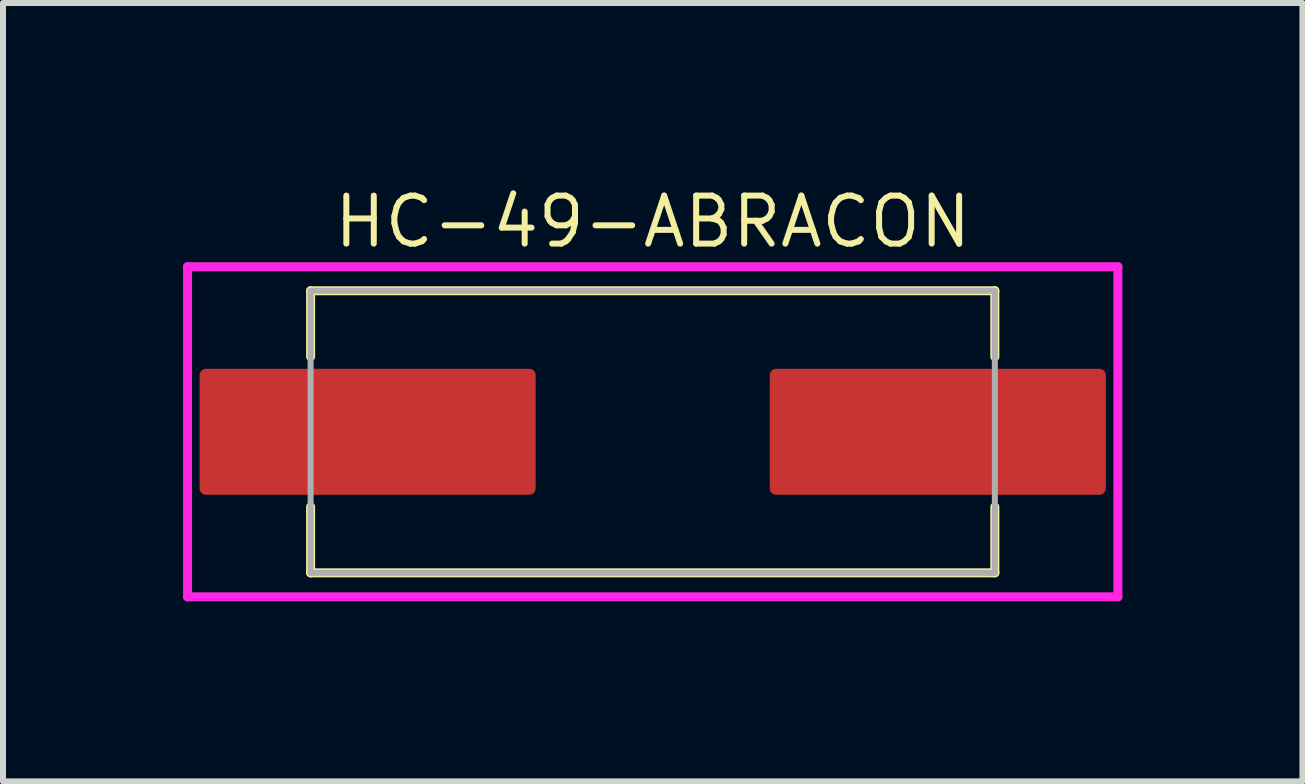
<source format=kicad_pcb>
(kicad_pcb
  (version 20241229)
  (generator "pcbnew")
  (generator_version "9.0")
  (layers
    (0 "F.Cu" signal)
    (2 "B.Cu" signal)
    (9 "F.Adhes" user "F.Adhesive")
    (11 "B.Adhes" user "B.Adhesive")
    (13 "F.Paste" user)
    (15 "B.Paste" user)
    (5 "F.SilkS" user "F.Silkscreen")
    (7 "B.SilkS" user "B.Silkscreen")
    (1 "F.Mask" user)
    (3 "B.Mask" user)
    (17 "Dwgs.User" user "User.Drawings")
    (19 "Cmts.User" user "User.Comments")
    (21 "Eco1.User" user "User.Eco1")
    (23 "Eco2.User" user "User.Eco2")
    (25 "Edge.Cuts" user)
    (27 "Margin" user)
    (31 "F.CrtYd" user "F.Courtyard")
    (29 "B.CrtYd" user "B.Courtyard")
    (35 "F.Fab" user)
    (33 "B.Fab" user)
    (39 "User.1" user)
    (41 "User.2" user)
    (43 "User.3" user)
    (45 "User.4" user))
  (footprint "HC-49-ABRACON"
    (layer "F.Cu")
    (at 7.825 4.144)
    (property "Reference" "HC-49-ABRACON" (at 0 -3.5 0) (unlocked yes) (layer "F.SilkS") (effects (font (size 0.8 0.8) (thickness 0.1))))
    (attr smd)
    (fp_line (start -5.7 -2.35) (end -5.7 -1.25) (stroke (width 0.15) (type default)) (layer "F.SilkS"))
    (fp_line (start -5.7 -2.35) (end 5.7 -2.35) (stroke (width 0.15) (type default)) (layer "F.SilkS"))
    (fp_line (start -5.7 1.25) (end -5.7 2.35) (stroke (width 0.15) (type default)) (layer "F.SilkS"))
    (fp_line (start -5.7 2.35) (end 5.7 2.35) (stroke (width 0.15) (type default)) (layer "F.SilkS"))
    (fp_line (start 5.7 -2.35) (end 5.7 -1.25) (stroke (width 0.15) (type default)) (layer "F.SilkS"))
    (fp_line (start 5.7 1.25) (end 5.7 2.35) (stroke (width 0.15) (type default)) (layer "F.SilkS"))
    (fp_line (start -7.75 -2.75) (end 7.75 -2.75) (stroke (width 0.15) (type default)) (layer "F.CrtYd"))
    (fp_line (start -7.75 2.75) (end -7.75 -2.75) (stroke (width 0.15) (type default)) (layer "F.CrtYd"))
    (fp_line (start 7.75 -2.75) (end 7.75 2.75) (stroke (width 0.15) (type default)) (layer "F.CrtYd"))
    (fp_line (start 7.75 2.75) (end -7.75 2.75) (stroke (width 0.15) (type default)) (layer "F.CrtYd"))
    (fp_line (start -5.7 -2.35) (end 5.7 -2.35) (stroke (width 0.1) (type default)) (layer "F.Fab"))
    (fp_line (start -5.7 2.35) (end -5.7 -2.35) (stroke (width 0.1) (type default)) (layer "F.Fab"))
    (fp_line (start 5.7 -2.35) (end 5.7 2.35) (stroke (width 0.1) (type default)) (layer "F.Fab"))
    (fp_line (start 5.7 2.35) (end -5.7 2.35) (stroke (width 0.1) (type default)) (layer "F.Fab"))
    (pad "1" smd roundrect (at -4.75 0) (size 5.6 2.1) (layers "F.Cu" "F.Mask" "F.Paste") (roundrect_rratio 0.05))
    (pad "2" smd roundrect (at 4.75 0) (size 5.6 2.1) (layers "F.Cu" "F.Mask" "F.Paste") (roundrect_rratio 0.05)))
  (gr_rect
    (start -3 -3)
    (end 18.65 9.969)
    (stroke (width 0.1) (type default))
    (fill no)
    (layer "Edge.Cuts")))
</source>
